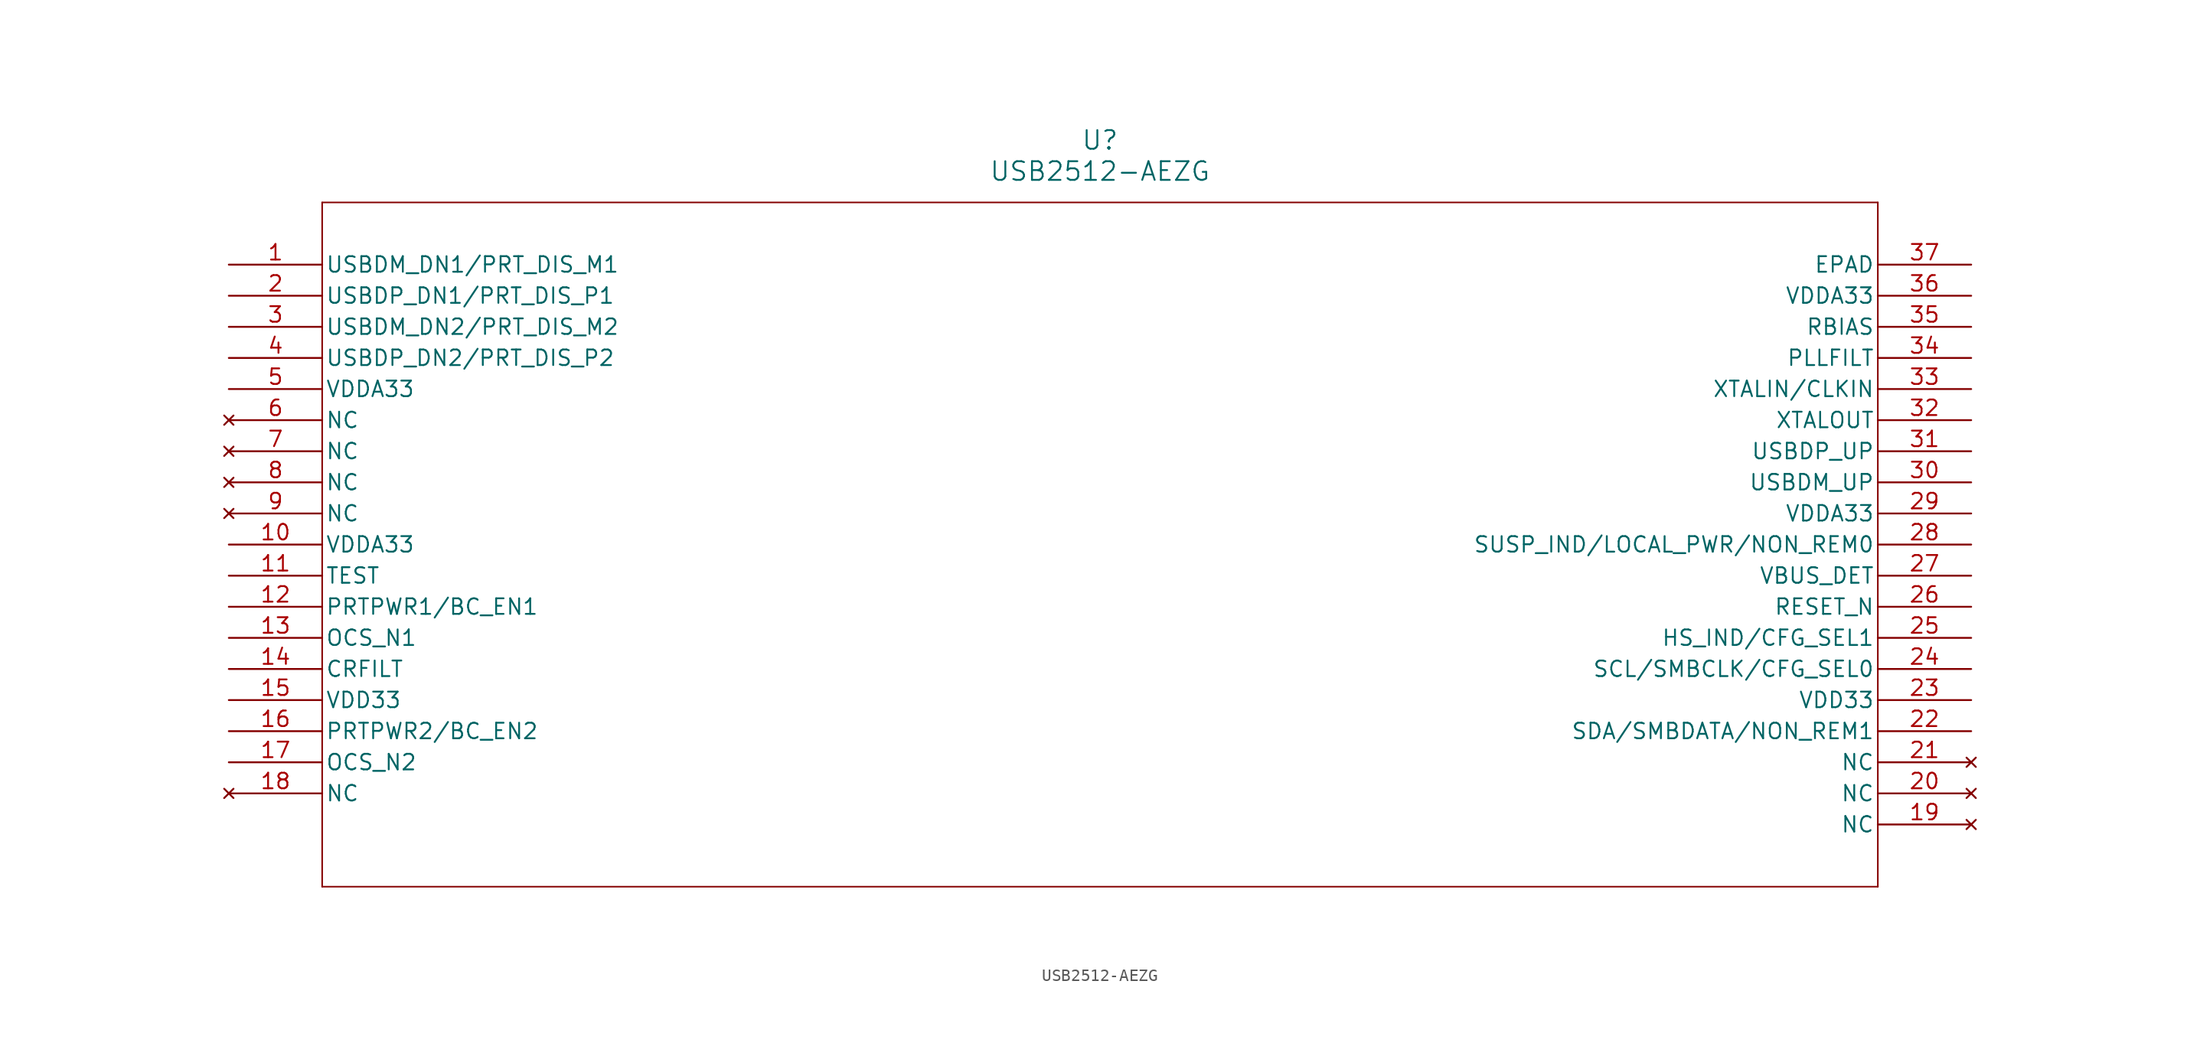
<source format=kicad_sym>
(kicad_symbol_lib
  (version 20211014)
  (generator kicad_symbol_editor)
  (symbol "USB2512-AEZG"
    (pin_names
      (offset 0.254))
    (property "Reference" "U"
      (at 71.12 10.16 0)
      (effects (font (size 1.524 1.524))))
    (property "Value" "USB2512-AEZG"
      (at 71.12 7.62 0)
      (effects (font (size 1.524 1.524))))
    (symbol "USB2512-AEZG_0_1"
      (polyline (pts (xy 7.62 5.08) (xy 7.62 -50.8)) (stroke (width 0.127) (type default) (color 0 0 0 0)) (fill (type none)))
      (polyline (pts (xy 7.62 -50.8) (xy 134.62 -50.8)) (stroke (width 0.127) (type default) (color 0 0 0 0)) (fill (type none)))
      (polyline (pts (xy 134.62 -50.8) (xy 134.62 5.08)) (stroke (width 0.127) (type default) (color 0 0 0 0)) (fill (type none)))
      (polyline (pts (xy 134.62 5.08) (xy 7.62 5.08)) (stroke (width 0.127) (type default) (color 0 0 0 0)) (fill (type none)))
      (pin bidirectional line (at 0 0 0) (length 7.62) (name "USBDM_DN1/PRT_DIS_M1" (effects (font (size 1.27 1.27)))) (number "1" (effects (font (size 1.27 1.27)))))
      (pin bidirectional line (at 0 -2.54 0) (length 7.62) (name "USBDP_DN1/PRT_DIS_P1" (effects (font (size 1.27 1.27)))) (number "2" (effects (font (size 1.27 1.27)))))
      (pin bidirectional line (at 0 -5.08 0) (length 7.62) (name "USBDM_DN2/PRT_DIS_M2" (effects (font (size 1.27 1.27)))) (number "3" (effects (font (size 1.27 1.27)))))
      (pin bidirectional line (at 0 -7.62 0) (length 7.62) (name "USBDP_DN2/PRT_DIS_P2" (effects (font (size 1.27 1.27)))) (number "4" (effects (font (size 1.27 1.27)))))
      (pin power_in line (at 0 -10.16 0) (length 7.62) (name "VDDA33" (effects (font (size 1.27 1.27)))) (number "5" (effects (font (size 1.27 1.27)))))
      (pin no_connect line (at 0 -12.7 0) (length 7.62) (name "NC" (effects (font (size 1.27 1.27)))) (number "6" (effects (font (size 1.27 1.27)))))
      (pin no_connect line (at 0 -15.24 0) (length 7.62) (name "NC" (effects (font (size 1.27 1.27)))) (number "7" (effects (font (size 1.27 1.27)))))
      (pin no_connect line (at 0 -17.78 0) (length 7.62) (name "NC" (effects (font (size 1.27 1.27)))) (number "8" (effects (font (size 1.27 1.27)))))
      (pin no_connect line (at 0 -20.32 0) (length 7.62) (name "NC" (effects (font (size 1.27 1.27)))) (number "9" (effects (font (size 1.27 1.27)))))
      (pin power_in line (at 0 -22.86 0) (length 7.62) (name "VDDA33" (effects (font (size 1.27 1.27)))) (number "10" (effects (font (size 1.27 1.27)))))
      (pin bidirectional line (at 0 -25.4 0) (length 7.62) (name "TEST" (effects (font (size 1.27 1.27)))) (number "11" (effects (font (size 1.27 1.27)))))
      (pin bidirectional line (at 0 -27.94 0) (length 7.62) (name "PRTPWR1/BC_EN1" (effects (font (size 1.27 1.27)))) (number "12" (effects (font (size 1.27 1.27)))))
      (pin bidirectional line (at 0 -30.48 0) (length 7.62) (name "OCS_N1" (effects (font (size 1.27 1.27)))) (number "13" (effects (font (size 1.27 1.27)))))
      (pin bidirectional line (at 0 -33.02 0) (length 7.62) (name "CRFILT" (effects (font (size 1.27 1.27)))) (number "14" (effects (font (size 1.27 1.27)))))
      (pin power_in line (at 0 -35.56 0) (length 7.62) (name "VDD33" (effects (font (size 1.27 1.27)))) (number "15" (effects (font (size 1.27 1.27)))))
      (pin bidirectional line (at 0 -38.1 0) (length 7.62) (name "PRTPWR2/BC_EN2" (effects (font (size 1.27 1.27)))) (number "16" (effects (font (size 1.27 1.27)))))
      (pin bidirectional line (at 0 -40.64 0) (length 7.62) (name "OCS_N2" (effects (font (size 1.27 1.27)))) (number "17" (effects (font (size 1.27 1.27)))))
      (pin no_connect line (at 0 -43.18 0) (length 7.62) (name "NC" (effects (font (size 1.27 1.27)))) (number "18" (effects (font (size 1.27 1.27)))))
      (pin no_connect line (at 142.24 -45.72 180) (length 7.62) (name "NC" (effects (font (size 1.27 1.27)))) (number "19" (effects (font (size 1.27 1.27)))))
      (pin no_connect line (at 142.24 -43.18 180) (length 7.62) (name "NC" (effects (font (size 1.27 1.27)))) (number "20" (effects (font (size 1.27 1.27)))))
      (pin no_connect line (at 142.24 -40.64 180) (length 7.62) (name "NC" (effects (font (size 1.27 1.27)))) (number "21" (effects (font (size 1.27 1.27)))))
      (pin bidirectional line (at 142.24 -38.1 180) (length 7.62) (name "SDA/SMBDATA/NON_REM1" (effects (font (size 1.27 1.27)))) (number "22" (effects (font (size 1.27 1.27)))))
      (pin power_in line (at 142.24 -35.56 180) (length 7.62) (name "VDD33" (effects (font (size 1.27 1.27)))) (number "23" (effects (font (size 1.27 1.27)))))
      (pin bidirectional line (at 142.24 -33.02 180) (length 7.62) (name "SCL/SMBCLK/CFG_SEL0" (effects (font (size 1.27 1.27)))) (number "24" (effects (font (size 1.27 1.27)))))
      (pin bidirectional line (at 142.24 -30.48 180) (length 7.62) (name "HS_IND/CFG_SEL1" (effects (font (size 1.27 1.27)))) (number "25" (effects (font (size 1.27 1.27)))))
      (pin bidirectional line (at 142.24 -27.94 180) (length 7.62) (name "RESET_N" (effects (font (size 1.27 1.27)))) (number "26" (effects (font (size 1.27 1.27)))))
      (pin bidirectional line (at 142.24 -25.4 180) (length 7.62) (name "VBUS_DET" (effects (font (size 1.27 1.27)))) (number "27" (effects (font (size 1.27 1.27)))))
      (pin bidirectional line (at 142.24 -22.86 180) (length 7.62) (name "SUSP_IND/LOCAL_PWR/NON_REM0" (effects (font (size 1.27 1.27)))) (number "28" (effects (font (size 1.27 1.27)))))
      (pin power_in line (at 142.24 -20.32 180) (length 7.62) (name "VDDA33" (effects (font (size 1.27 1.27)))) (number "29" (effects (font (size 1.27 1.27)))))
      (pin bidirectional line (at 142.24 -17.78 180) (length 7.62) (name "USBDM_UP" (effects (font (size 1.27 1.27)))) (number "30" (effects (font (size 1.27 1.27)))))
      (pin bidirectional line (at 142.24 -15.24 180) (length 7.62) (name "USBDP_UP" (effects (font (size 1.27 1.27)))) (number "31" (effects (font (size 1.27 1.27)))))
      (pin output line (at 142.24 -12.7 180) (length 7.62) (name "XTALOUT" (effects (font (size 1.27 1.27)))) (number "32" (effects (font (size 1.27 1.27)))))
      (pin input line (at 142.24 -10.16 180) (length 7.62) (name "XTALIN/CLKIN" (effects (font (size 1.27 1.27)))) (number "33" (effects (font (size 1.27 1.27)))))
      (pin bidirectional line (at 142.24 -7.62 180) (length 7.62) (name "PLLFILT" (effects (font (size 1.27 1.27)))) (number "34" (effects (font (size 1.27 1.27)))))
      (pin bidirectional line (at 142.24 -5.08 180) (length 7.62) (name "RBIAS" (effects (font (size 1.27 1.27)))) (number "35" (effects (font (size 1.27 1.27)))))
      (pin power_in line (at 142.24 -2.54 180) (length 7.62) (name "VDDA33" (effects (font (size 1.27 1.27)))) (number "36" (effects (font (size 1.27 1.27)))))
      (pin unspecified line (at 142.24 0 180) (length 7.62) (name "EPAD" (effects (font (size 1.27 1.27)))) (number "37" (effects (font (size 1.27 1.27))))))))
</source>
